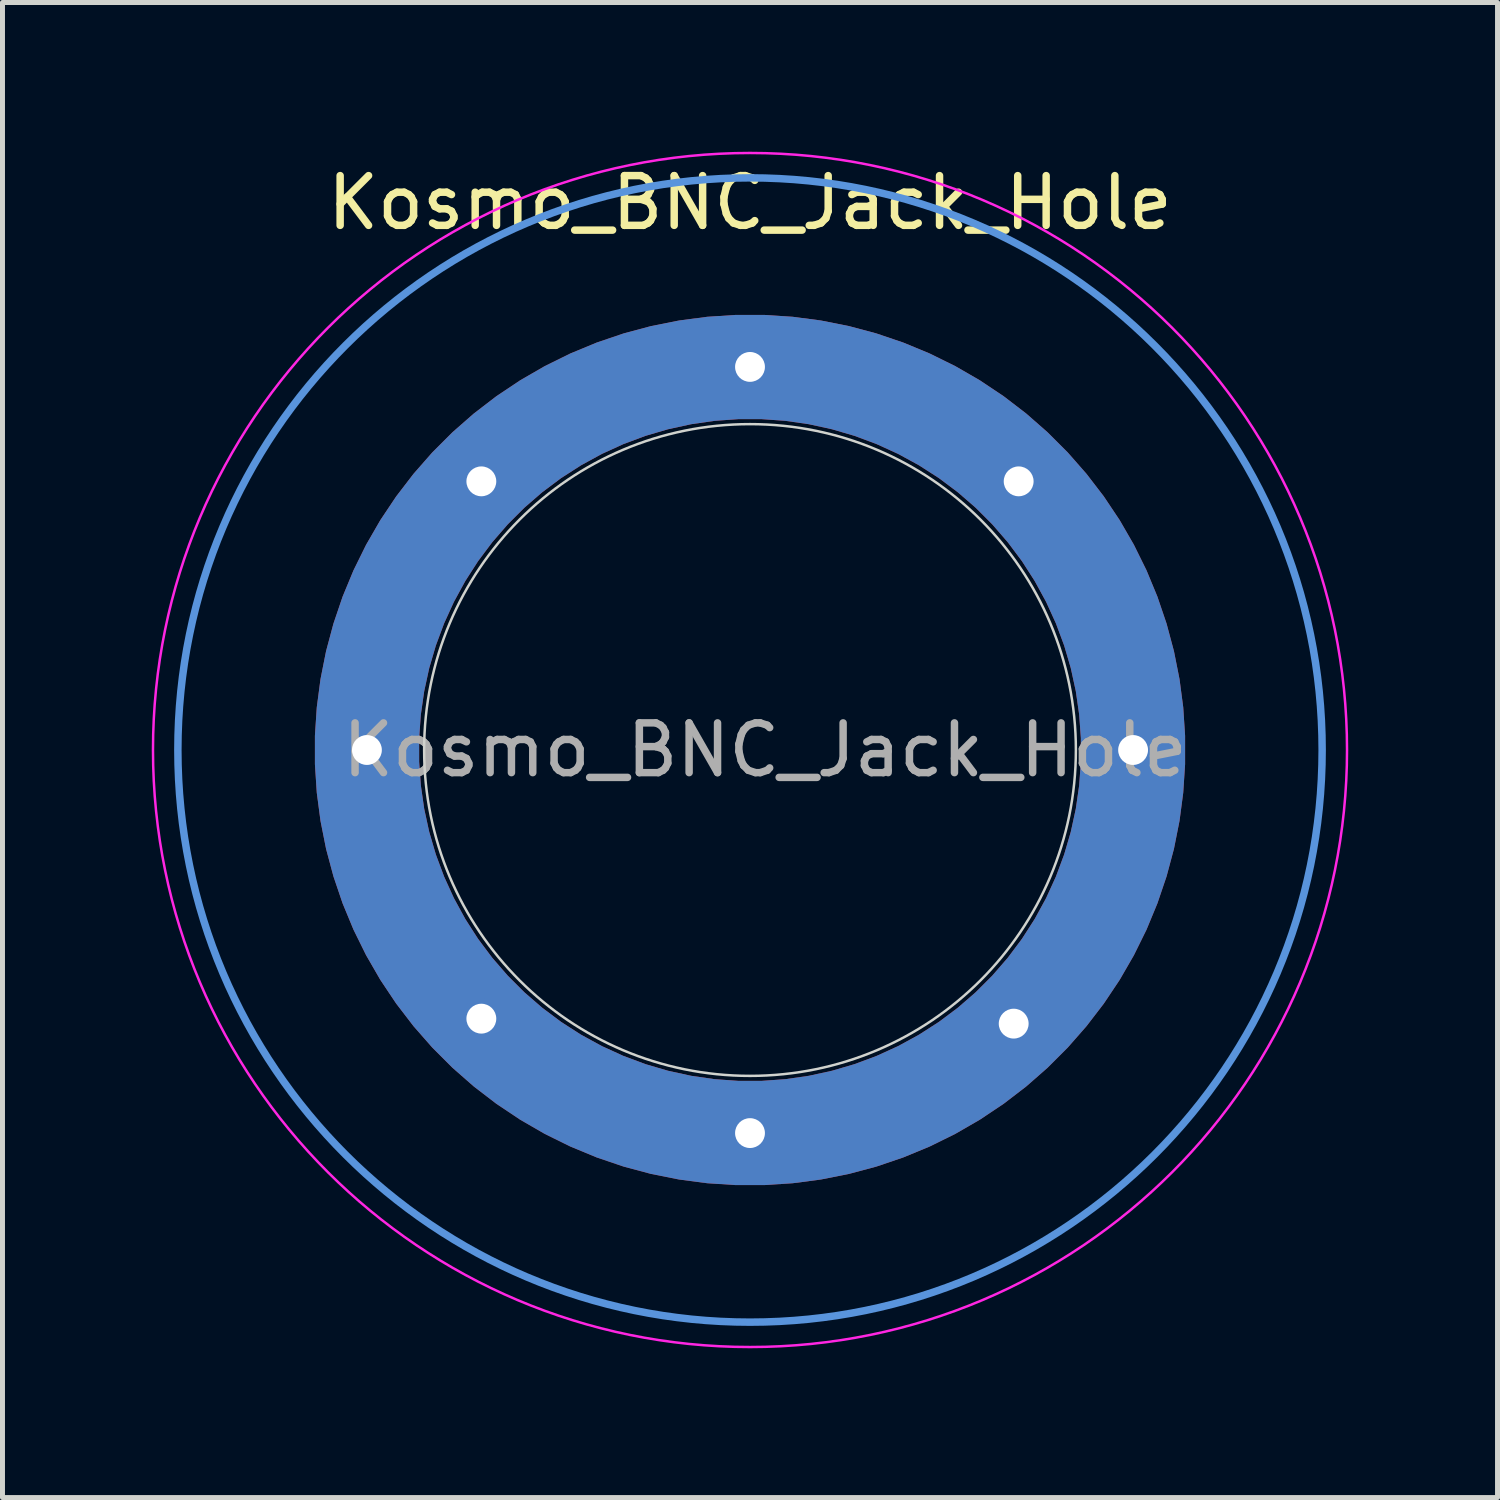
<source format=kicad_pcb>
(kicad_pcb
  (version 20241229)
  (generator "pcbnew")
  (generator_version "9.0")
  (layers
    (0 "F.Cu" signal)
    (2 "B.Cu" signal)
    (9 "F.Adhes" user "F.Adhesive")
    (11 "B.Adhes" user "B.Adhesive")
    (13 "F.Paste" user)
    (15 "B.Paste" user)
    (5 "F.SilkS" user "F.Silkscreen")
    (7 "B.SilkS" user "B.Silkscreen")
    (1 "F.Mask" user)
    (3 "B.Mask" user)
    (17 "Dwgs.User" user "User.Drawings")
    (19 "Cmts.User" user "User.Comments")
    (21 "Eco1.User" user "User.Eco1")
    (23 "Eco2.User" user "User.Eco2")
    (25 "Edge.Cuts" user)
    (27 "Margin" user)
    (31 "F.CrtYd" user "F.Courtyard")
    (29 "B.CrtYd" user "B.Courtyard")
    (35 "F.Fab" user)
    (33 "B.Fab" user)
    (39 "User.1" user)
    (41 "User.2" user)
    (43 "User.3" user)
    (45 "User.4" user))
  (footprint "Kosmo_BNC_Jack_Hole"
    (layer "F.Cu")
    (at 12.025 12.025)
    (property "Reference" "Kosmo_BNC_Jack_Hole" (at 0 -11 0) (layer "F.SilkS") (effects (font (size 1 1) (thickness 0.15))))
    (attr exclude_from_pos_files exclude_from_bom)
    (fp_circle (center 0 0) (end 11.5 0) (stroke (width 0.15) (type solid)) (fill no) (layer "Cmts.User"))
    (fp_circle (center 0 0) (end 6.55 0) (stroke (width 0.05) (type solid)) (fill no) (layer "Edge.Cuts"))
    (fp_circle (center 0 0) (end 12 0) (stroke (width 0.05) (type solid)) (fill no) (layer "F.CrtYd"))
    (fp_text user "${REFERENCE}" (at 0.3 0 0) (layer "F.Fab") (effects (font (size 1 1) (thickness 0.15))))
    (pad "1" smd custom (at -7.7 0) (size 0.5 0.5) (layers "F.Cu" "F.Mask" "F.Paste") (options (anchor circle)) (primitives (gr_circle (center 7.7 0) (end 15.4 0) (width 2.1) (fill no))))
    (pad "1" smd custom (at -7.7 0) (size 0.5 0.5) (layers "B.Cu" "B.Mask" "B.Paste") (options (anchor circle)) (primitives (gr_circle (center 7.7 0) (end 15.4 0) (width 2.1) (fill no))))
    (pad "1" thru_hole circle (at -7.7 0) (size 0.8 0.8) (drill 0.6) (layers "*.Cu" "*.Mask"))
    (pad "1" thru_hole circle (at -5.4 -5.4) (size 0.8 0.8) (drill 0.6) (layers "*.Cu" "*.Mask"))
    (pad "1" thru_hole circle (at -5.4 5.4) (size 0.8 0.8) (drill 0.6) (layers "*.Cu" "*.Mask"))
    (pad "1" thru_hole circle (at 0 -7.7) (size 0.8 0.8) (drill 0.6) (layers "*.Cu" "*.Mask"))
    (pad "1" thru_hole circle (at 0 7.7) (size 0.8 0.8) (drill 0.6) (layers "*.Cu" "*.Mask"))
    (pad "1" thru_hole circle (at 5.3 5.5) (size 0.8 0.8) (drill 0.6) (layers "*.Cu" "*.Mask"))
    (pad "1" thru_hole circle (at 5.4 -5.4) (size 0.8 0.8) (drill 0.6) (layers "*.Cu" "*.Mask"))
    (pad "1" thru_hole circle (at 7.7 0) (size 0.8 0.8) (drill 0.6) (layers "*.Cu" "*.Mask")))
  (gr_rect
    (start -3 -3)
    (end 27.05 27.05)
    (stroke (width 0.1) (type default))
    (fill no)
    (layer "Edge.Cuts")))
</source>
